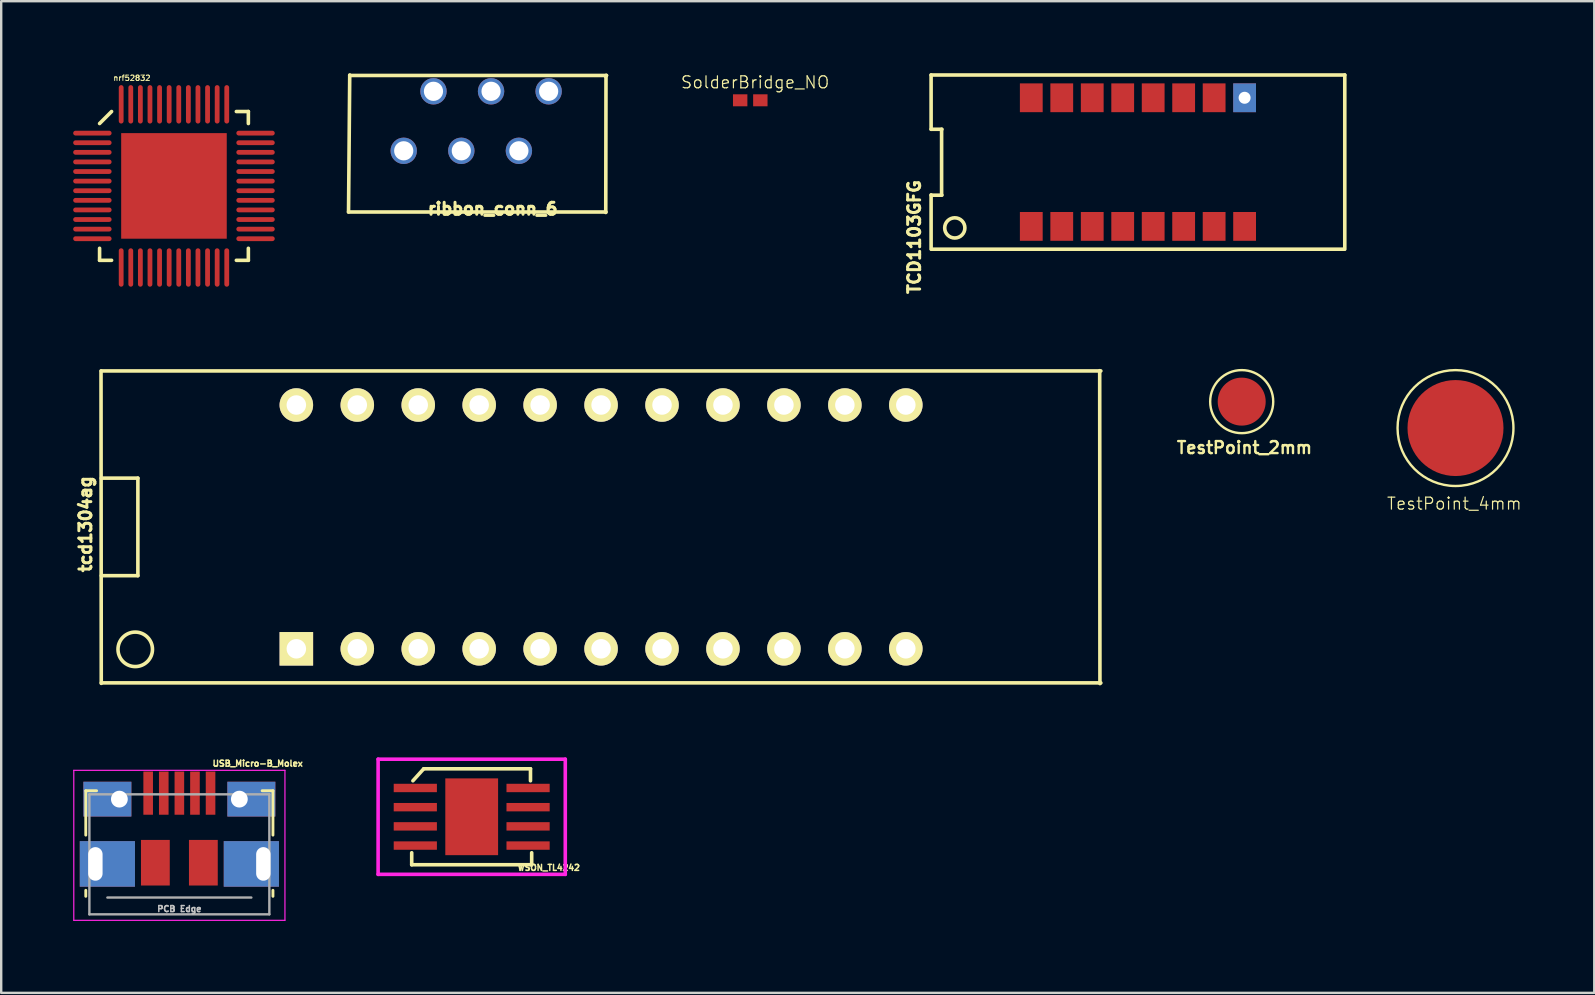
<source format=kicad_pcb>
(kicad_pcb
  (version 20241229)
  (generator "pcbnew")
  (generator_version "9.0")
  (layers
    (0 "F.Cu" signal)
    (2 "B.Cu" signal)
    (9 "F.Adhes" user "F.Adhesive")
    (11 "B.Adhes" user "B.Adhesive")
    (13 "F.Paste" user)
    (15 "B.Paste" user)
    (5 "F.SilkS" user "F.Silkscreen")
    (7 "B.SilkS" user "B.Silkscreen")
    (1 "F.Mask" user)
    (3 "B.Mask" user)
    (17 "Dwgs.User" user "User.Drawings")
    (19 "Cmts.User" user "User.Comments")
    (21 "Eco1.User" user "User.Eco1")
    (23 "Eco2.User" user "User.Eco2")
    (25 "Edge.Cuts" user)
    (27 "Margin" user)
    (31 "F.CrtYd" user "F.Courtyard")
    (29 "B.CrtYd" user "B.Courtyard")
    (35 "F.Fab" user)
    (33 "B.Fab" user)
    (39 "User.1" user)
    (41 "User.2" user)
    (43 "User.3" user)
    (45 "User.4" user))
  (footprint "tcd1304ag"
    (layer "F.Cu")
    (at 22 18.909)
    (property "Reference" "tcd1304ag" (at -21.488 -0.114 90) (layer "F.SilkS") (effects (font (size 0.5 0.5) (thickness 0.125))))
    (attr through_hole)
    (fp_line (start -20.84 -6.5) (end -20.83 6.52) (stroke (width 0.15) (type solid)) (layer "F.SilkS"))
    (fp_line (start -20.828 -6.5) (end 20.828 -6.5) (stroke (width 0.15) (type solid)) (layer "F.SilkS"))
    (fp_line (start -20.828 -2.032) (end -19.304 -2.032) (stroke (width 0.15) (type solid)) (layer "F.SilkS"))
    (fp_line (start -20.828 6.5) (end 20.828 6.5) (stroke (width 0.15) (type solid)) (layer "F.SilkS"))
    (fp_line (start -19.304 -2.032) (end -19.304 2.032) (stroke (width 0.15) (type solid)) (layer "F.SilkS"))
    (fp_line (start -19.304 2.032) (end -20.828 2.032) (stroke (width 0.15) (type solid)) (layer "F.SilkS"))
    (fp_line (start 20.78 -6.51) (end 20.79 6.53) (stroke (width 0.15) (type solid)) (layer "F.SilkS"))
    (fp_circle (center -19.414 5.102) (end -18.906 5.61) (stroke (width 0.15) (type solid)) (fill no) (layer "F.SilkS"))
    (pad "1" thru_hole rect (at -12.7 5.08) (size 1.397 1.397) (drill 0.813) (layers "*.Cu" "*.Mask" "F.SilkS"))
    (pad "2" thru_hole circle (at -10.16 5.08) (size 1.397 1.397) (drill 0.813) (layers "*.Cu" "*.Mask" "F.SilkS"))
    (pad "3" thru_hole circle (at -7.62 5.08) (size 1.397 1.397) (drill 0.813) (layers "*.Cu" "*.Mask" "F.SilkS"))
    (pad "4" thru_hole circle (at -5.08 5.08) (size 1.397 1.397) (drill 0.813) (layers "*.Cu" "*.Mask" "F.SilkS"))
    (pad "5" thru_hole circle (at -2.54 5.08) (size 1.397 1.397) (drill 0.813) (layers "*.Cu" "*.Mask" "F.SilkS"))
    (pad "6" thru_hole circle (at 0 5.08) (size 1.397 1.397) (drill 0.813) (layers "*.Cu" "*.Mask" "F.SilkS"))
    (pad "7" thru_hole circle (at 2.54 5.08) (size 1.397 1.397) (drill 0.813) (layers "*.Cu" "*.Mask" "F.SilkS"))
    (pad "8" thru_hole circle (at 5.08 5.08) (size 1.397 1.397) (drill 0.813) (layers "*.Cu" "*.Mask" "F.SilkS"))
    (pad "9" thru_hole circle (at 7.62 5.08) (size 1.397 1.397) (drill 0.813) (layers "*.Cu" "*.Mask" "F.SilkS"))
    (pad "10" thru_hole circle (at 10.16 5.08) (size 1.397 1.397) (drill 0.813) (layers "*.Cu" "*.Mask" "F.SilkS"))
    (pad "11" thru_hole circle (at 12.7 5.08) (size 1.397 1.397) (drill 0.813) (layers "*.Cu" "*.Mask" "F.SilkS"))
    (pad "12" thru_hole circle (at 12.7 -5.08) (size 1.397 1.397) (drill 0.813) (layers "*.Cu" "*.Mask" "F.SilkS"))
    (pad "13" thru_hole circle (at 10.16 -5.08) (size 1.397 1.397) (drill 0.813) (layers "*.Cu" "*.Mask" "F.SilkS"))
    (pad "14" thru_hole circle (at 7.62 -5.08) (size 1.397 1.397) (drill 0.813) (layers "*.Cu" "*.Mask" "F.SilkS"))
    (pad "15" thru_hole circle (at 5.08 -5.08) (size 1.397 1.397) (drill 0.813) (layers "*.Cu" "*.Mask" "F.SilkS"))
    (pad "16" thru_hole circle (at 2.54 -5.08) (size 1.397 1.397) (drill 0.813) (layers "*.Cu" "*.Mask" "F.SilkS"))
    (pad "17" thru_hole circle (at 0 -5.08) (size 1.397 1.397) (drill 0.813) (layers "*.Cu" "*.Mask" "F.SilkS"))
    (pad "18" thru_hole circle (at -2.54 -5.08) (size 1.397 1.397) (drill 0.813) (layers "*.Cu" "*.Mask" "F.SilkS"))
    (pad "19" thru_hole circle (at -5.08 -5.08) (size 1.397 1.397) (drill 0.813) (layers "*.Cu" "*.Mask" "F.SilkS"))
    (pad "20" thru_hole circle (at -7.62 -5.08) (size 1.397 1.397) (drill 0.813) (layers "*.Cu" "*.Mask" "F.SilkS"))
    (pad "21" thru_hole circle (at -10.16 -5.08) (size 1.397 1.397) (drill 0.813) (layers "*.Cu" "*.Mask" "F.SilkS"))
    (pad "22" thru_hole circle (at -12.7 -5.08) (size 1.397 1.397) (drill 0.813) (layers "*.Cu" "*.Mask" "F.SilkS")))
  (footprint "ribbon_conn_6"
    (layer "F.Cu")
    (at 17.415 1.995)
    (property "Reference" "ribbon_conn_6" (at 0.07 3.66 0) (layer "F.SilkS") (effects (font (size 0.5 0.5) (thickness 0.125))))
    (attr through_hole)
    (fp_line (start -5.94 3.79) (end -5.89 -1.92) (stroke (width 0.15) (type solid)) (layer "F.SilkS"))
    (fp_line (start -5.89 -1.9) (end 4.81 -1.9) (stroke (width 0.15) (type solid)) (layer "F.SilkS"))
    (fp_line (start 4.79 -1.9) (end 4.78 3.81) (stroke (width 0.15) (type solid)) (layer "F.SilkS"))
    (fp_line (start 4.79 3.79) (end -5.94 3.79) (stroke (width 0.15) (type solid)) (layer "F.SilkS"))
    (fp_line (start 4.81 -1.9) (end 4.77 -1.86) (stroke (width 0.15) (type solid)) (layer "F.SilkS"))
    (pad "1" thru_hole circle (at -2.4 -1.24) (size 1.1 1.1) (drill 0.8) (layers "*.Cu" "*.Mask"))
    (pad "2" thru_hole circle (at 0 -1.24) (size 1.1 1.1) (drill 0.8) (layers "*.Cu" "*.Mask"))
    (pad "3" thru_hole circle (at 2.4 -1.24) (size 1.1 1.1) (drill 0.8) (layers "*.Cu" "*.Mask"))
    (pad "4" thru_hole circle (at -3.64 1.24) (size 1.1 1.1) (drill 0.8) (layers "*.Cu" "*.Mask"))
    (pad "5" thru_hole circle (at -1.24 1.24) (size 1.1 1.1) (drill 0.8) (layers "*.Cu" "*.Mask"))
    (pad "6" thru_hole circle (at 1.16 1.24) (size 1.1 1.1) (drill 0.8) (layers "*.Cu" "*.Mask")))
  (footprint "TestPoint_4mm"
    (layer "F.Cu")
    (at 57.608 14.789)
    (property "Reference" "TestPoint_4mm" (at -0.051 3.15 0) (layer "F.SilkS") (effects (font (size 0.5 0.5) (thickness 0.05))))
    (attr through_hole)
    (fp_circle (center 0 0) (end 0.559 -2.349) (stroke (width 0.1) (type solid)) (fill no) (layer "F.SilkS"))
    (pad "1" smd circle (at 0 0) (size 4 4) (layers "F.Cu" "F.Mask" "F.Paste")))
  (footprint "TestPoint_2mm"
    (layer "F.Cu")
    (at 48.698 13.688)
    (property "Reference" "TestPoint_2mm" (at 0.114 1.918 0) (layer "F.SilkS") (effects (font (size 0.5 0.5) (thickness 0.1))))
    (attr through_hole)
    (fp_circle (center 0 0) (end -0.457 -1.232) (stroke (width 0.1) (type solid)) (fill no) (layer "F.SilkS"))
    (pad "1" smd circle (at 0 0) (size 2 2) (layers "F.Cu" "F.Mask" "F.Paste")))
  (footprint "TCD1103GFG"
    (layer "F.Cu")
    (at 44.374 3.705)
    (property "Reference" "TCD1103GFG" (at -9.322 3.124 90) (layer "F.SilkS") (effects (font (size 0.5 0.5) (thickness 0.125))))
    (attr through_hole)
    (fp_line (start -8.62 -1.367) (end -8.17 -1.367) (stroke (width 0.15) (type solid)) (layer "F.SilkS"))
    (fp_line (start -8.62 -3.63) (end -8.62 -1.367) (stroke (width 0.15) (type solid)) (layer "F.SilkS"))
    (fp_line (start -8.62 1.367) (end -8.62 3.63) (stroke (width 0.15) (type solid)) (layer "F.SilkS"))
    (fp_line (start -8.6 3.63) (end 8.6 3.63) (stroke (width 0.15) (type solid)) (layer "F.SilkS"))
    (fp_line (start -8.183 -1.367) (end -8.183 1.367) (stroke (width 0.15) (type solid)) (layer "F.SilkS"))
    (fp_line (start -8.17 1.379) (end -8.62 1.379) (stroke (width 0.15) (type solid)) (layer "F.SilkS"))
    (fp_line (start 8.62 -3.63) (end -8.62 -3.63) (stroke (width 0.15) (type solid)) (layer "F.SilkS"))
    (fp_line (start 8.62 3.63) (end 8.62 -3.63) (stroke (width 0.15) (type solid)) (layer "F.SilkS"))
    (fp_circle (center -7.633 2.743) (end -7.671 2.324) (stroke (width 0.15) (type solid)) (fill no) (layer "F.SilkS"))
    (pad "1" smd rect (at -4.445 2.68) (size 0.95 1.2) (layers "F.Cu" "F.Mask" "F.Paste"))
    (pad "2" smd rect (at -3.175 2.68) (size 0.95 1.2) (layers "F.Cu" "F.Mask" "F.Paste"))
    (pad "3" smd rect (at -1.905 2.68) (size 0.95 1.2) (layers "F.Cu" "F.Mask" "F.Paste"))
    (pad "4" smd rect (at -0.635 2.68) (size 0.95 1.2) (layers "F.Cu" "F.Mask" "F.Paste"))
    (pad "5" smd rect (at 0.635 2.68) (size 0.95 1.2) (layers "F.Cu" "F.Mask" "F.Paste"))
    (pad "6" smd rect (at 1.905 2.68) (size 0.95 1.2) (layers "F.Cu" "F.Mask" "F.Paste"))
    (pad "7" smd rect (at 3.175 2.68) (size 0.95 1.2) (layers "F.Cu" "F.Mask" "F.Paste"))
    (pad "8" smd rect (at 4.445 2.68) (size 0.95 1.2) (layers "F.Cu" "F.Mask" "F.Paste"))
    (pad "9" thru_hole rect (at 4.445 -2.68) (size 0.95 1.2) (drill 0.5) (layers "*.Cu" "*.Mask"))
    (pad "10" smd rect (at 3.175 -2.68) (size 0.95 1.2) (layers "F.Cu" "F.Mask" "F.Paste"))
    (pad "11" smd rect (at 1.905 -2.68) (size 0.95 1.2) (layers "F.Cu" "F.Mask" "F.Paste"))
    (pad "12" smd rect (at 0.635 -2.68) (size 0.95 1.2) (layers "F.Cu" "F.Mask" "F.Paste"))
    (pad "13" smd rect (at -0.635 -2.68) (size 0.95 1.2) (layers "F.Cu" "F.Mask" "F.Paste"))
    (pad "14" smd rect (at -1.905 -2.68) (size 0.95 1.2) (layers "F.Cu" "F.Mask" "F.Paste"))
    (pad "15" smd rect (at -3.175 -2.68) (size 0.95 1.2) (layers "F.Cu" "F.Mask" "F.Paste"))
    (pad "16" smd rect (at -4.445 -2.68) (size 0.95 1.2) (layers "F.Cu" "F.Mask" "F.Paste")))
  (footprint "USB_Micro-B_Molex"
    (layer "F.Cu")
    (at 4.425 32.554)
    (property "Reference" "USB_Micro-B_Molex" (at 3.264 -3.785 0) (layer "F.SilkS") (effects (font (size 0.25 0.25) (thickness 0.062))))
    (attr smd)
    (fp_line (start -3.9 -2.65) (end -3.45 -2.65) (stroke (width 0.12) (type solid)) (layer "F.SilkS"))
    (fp_line (start -3.9 -0.8) (end -3.9 -2.65) (stroke (width 0.12) (type solid)) (layer "F.SilkS"))
    (fp_line (start -3.9 1.75) (end -3.9 1.5) (stroke (width 0.12) (type solid)) (layer "F.SilkS"))
    (fp_line (start 3.9 -2.65) (end 3.45 -2.65) (stroke (width 0.12) (type solid)) (layer "F.SilkS"))
    (fp_line (start 3.9 -0.8) (end 3.9 -2.65) (stroke (width 0.12) (type solid)) (layer "F.SilkS"))
    (fp_line (start 3.9 1.75) (end 3.9 1.5) (stroke (width 0.12) (type solid)) (layer "F.SilkS"))
    (fp_line (start -4.4 -3.5) (end 4.4 -3.5) (stroke (width 0.05) (type solid)) (layer "F.CrtYd"))
    (fp_line (start -4.4 2.75) (end -4.4 -3.5) (stroke (width 0.05) (type solid)) (layer "F.CrtYd"))
    (fp_line (start -4.4 2.75) (end 4.4 2.75) (stroke (width 0.05) (type solid)) (layer "F.CrtYd"))
    (fp_line (start 4.4 -3.5) (end 4.4 2.75) (stroke (width 0.05) (type solid)) (layer "F.CrtYd"))
    (fp_line (start -3.75 -2.5) (end 3.75 -2.5) (stroke (width 0.1) (type solid)) (layer "F.Fab"))
    (fp_line (start -3.75 2.5) (end -3.75 -2.5) (stroke (width 0.1) (type solid)) (layer "F.Fab"))
    (fp_line (start -3.75 2.502) (end 3.75 2.502) (stroke (width 0.1) (type solid)) (layer "F.Fab"))
    (fp_line (start -3 1.802) (end 3 1.802) (stroke (width 0.1) (type solid)) (layer "F.Fab"))
    (fp_line (start 3.75 2.5) (end 3.75 -2.5) (stroke (width 0.1) (type solid)) (layer "F.Fab"))
    (fp_text user "PCB Edge" (at 0 2.273 0) (layer "Dwgs.User") (effects (font (size 0.25 0.25) (thickness 0.062))))
    (pad "1" smd rect (at -1.3 -2.55) (size 0.4 1.8) (layers "F.Cu" "F.Mask" "F.Paste"))
    (pad "2" smd rect (at -0.65 -2.55) (size 0.4 1.8) (layers "F.Cu" "F.Mask" "F.Paste"))
    (pad "3" smd rect (at 0 -2.55) (size 0.4 1.8) (layers "F.Cu" "F.Mask" "F.Paste"))
    (pad "4" smd rect (at 0.65 -2.55) (size 0.4 1.8) (layers "F.Cu" "F.Mask" "F.Paste"))
    (pad "5" thru_hole rect (at -3.5 0.4 180) (size 2.3 1.9) (drill oval 0.6 1.4 (offset -0.5 0)) (layers "*.Cu" "*.Mask"))
    (pad "5" thru_hole rect (at -2.5 -2.3) (size 2 1.45) (drill 0.7 (offset -0.5 0)) (layers "*.Cu" "*.Mask"))
    (pad "5" smd rect (at -1 0.35) (size 1.2 1.9) (layers "F.Cu" "F.Mask" "F.Paste"))
    (pad "5" smd rect (at 1 0.35) (size 1.2 1.9) (layers "F.Cu" "F.Mask" "F.Paste"))
    (pad "5" smd rect (at 1.3 -2.55) (size 0.4 1.8) (layers "F.Cu" "F.Mask" "F.Paste"))
    (pad "5" thru_hole rect (at 2.5 -2.3) (size 2 1.45) (drill 0.7 (offset 0.5 0)) (layers "*.Cu" "*.Mask"))
    (pad "5" thru_hole rect (at 3.5 0.4) (size 2.3 1.9) (drill oval 0.6 1.4 (offset -0.5 0)) (layers "*.Cu" "*.Mask")))
  (footprint "WSON_TL4242"
    (layer "F.Cu")
    (at 16.608 30.989)
    (property "Reference" "WSON_TL4242" (at 3.213 2.121 0) (layer "F.SilkS") (effects (font (size 0.25 0.25) (thickness 0.062))))
    (attr through_hole)
    (fp_line (start -2.5 1.5) (end -2.5 2) (stroke (width 0.15) (type solid)) (layer "F.SilkS"))
    (fp_line (start -2.5 2) (end 2.5 2) (stroke (width 0.15) (type solid)) (layer "F.SilkS"))
    (fp_line (start -2 -2) (end -2.45 -1.5) (stroke (width 0.15) (type solid)) (layer "F.SilkS"))
    (fp_line (start -2 -2) (end 2.45 -2) (stroke (width 0.15) (type solid)) (layer "F.SilkS"))
    (fp_line (start 2.45 -2) (end 2.45 -1.5) (stroke (width 0.15) (type solid)) (layer "F.SilkS"))
    (fp_line (start 2.5 2) (end 2.5 1.5) (stroke (width 0.15) (type solid)) (layer "F.SilkS"))
    (fp_line (start -3.9 -2.4) (end -3.9 2.4) (stroke (width 0.15) (type solid)) (layer "F.CrtYd"))
    (fp_line (start -3.9 2.4) (end 3.9 2.4) (stroke (width 0.15) (type solid)) (layer "F.CrtYd"))
    (fp_line (start 3.9 -2.4) (end -3.9 -2.4) (stroke (width 0.15) (type solid)) (layer "F.CrtYd"))
    (fp_line (start 3.9 2.4) (end 3.9 -2.4) (stroke (width 0.15) (type solid)) (layer "F.CrtYd"))
    (pad "1" smd rect (at -2.35 -1.2) (size 1.8 0.35) (layers "F.Cu" "F.Mask" "F.Paste"))
    (pad "2" smd rect (at -2.35 -0.4) (size 1.8 0.35) (layers "F.Cu" "F.Mask" "F.Paste"))
    (pad "3" smd rect (at -2.35 0.4) (size 1.8 0.35) (layers "F.Cu" "F.Mask" "F.Paste"))
    (pad "3" smd rect (at 0 0) (size 2.2 3.2) (layers "F.Cu" "F.Mask" "F.Paste"))
    (pad "4" smd rect (at -2.35 1.2) (size 1.8 0.35) (layers "F.Cu" "F.Mask" "F.Paste"))
    (pad "5" smd rect (at 2.35 1.2) (size 1.8 0.35) (layers "F.Cu" "F.Mask" "F.Paste"))
    (pad "6" smd rect (at 2.35 0.4) (size 1.8 0.35) (layers "F.Cu" "F.Mask" "F.Paste"))
    (pad "7" smd rect (at 2.35 -0.4) (size 1.8 0.35) (layers "F.Cu" "F.Mask" "F.Paste"))
    (pad "8" smd rect (at 2.35 -1.2) (size 1.8 0.35) (layers "F.Cu" "F.Mask" "F.Paste")))
  (footprint "SolderBridge_NO"
    (layer "F.Cu")
    (at 28.217 1.13)
    (property "Reference" "SolderBridge_NO" (at 0.203 -0.749 0) (layer "F.SilkS") (effects (font (size 0.5 0.5) (thickness 0.05))))
    (attr smd)
    (pad "1" smd rect (at -0.42 0) (size 0.6 0.5) (layers "F.Cu" "F.Mask" "F.Paste"))
    (pad "2" smd rect (at 0.42 0) (size 0.6 0.5) (layers "F.Cu" "F.Mask" "F.Paste")))
  (footprint "nrf52832"
    (layer "F.Cu")
    (at 4.2 4.698)
    (property "Reference" "nrf52832" (at -1.753 -4.496 0) (layer "F.SilkS") (effects (font (size 0.225 0.225) (thickness 0.04))))
    (attr through_hole)
    (fp_line (start -3.1 -2.6) (end -2.6 -3.1) (stroke (width 0.15) (type solid)) (layer "F.SilkS"))
    (fp_line (start -3.1 3.1) (end -3.1 2.6) (stroke (width 0.15) (type solid)) (layer "F.SilkS"))
    (fp_line (start -2.6 3.1) (end -3.1 3.1) (stroke (width 0.15) (type solid)) (layer "F.SilkS"))
    (fp_line (start 2.6 -3.1) (end 3.1 -3.1) (stroke (width 0.15) (type solid)) (layer "F.SilkS"))
    (fp_line (start 2.6 3.1) (end 3.1 3.1) (stroke (width 0.15) (type solid)) (layer "F.SilkS"))
    (fp_line (start 3.1 -3.1) (end 3.1 -2.6) (stroke (width 0.15) (type solid)) (layer "F.SilkS"))
    (fp_line (start 3.1 3.1) (end 3.1 2.6) (stroke (width 0.15) (type solid)) (layer "F.SilkS"))
    (pad "1" smd oval (at -3.4 -2.2 90) (size 0.2 1.6) (layers "F.Cu" "F.Mask" "F.Paste"))
    (pad "2" smd oval (at -3.4 -1.8 90) (size 0.2 1.6) (layers "F.Cu" "F.Mask" "F.Paste"))
    (pad "3" smd oval (at -3.4 -1.4 90) (size 0.2 1.6) (layers "F.Cu" "F.Mask" "F.Paste"))
    (pad "4" smd oval (at -3.4 -1 90) (size 0.2 1.6) (layers "F.Cu" "F.Mask" "F.Paste"))
    (pad "5" smd oval (at -3.4 -0.6 90) (size 0.2 1.6) (layers "F.Cu" "F.Mask" "F.Paste"))
    (pad "6" smd oval (at -3.4 -0.2 90) (size 0.2 1.6) (layers "F.Cu" "F.Mask" "F.Paste"))
    (pad "7" smd oval (at -3.4 0.2 90) (size 0.2 1.6) (layers "F.Cu" "F.Mask" "F.Paste"))
    (pad "8" smd oval (at -3.4 0.6 90) (size 0.2 1.6) (layers "F.Cu" "F.Mask" "F.Paste"))
    (pad "9" smd oval (at -3.4 1 90) (size 0.2 1.6) (layers "F.Cu" "F.Mask" "F.Paste"))
    (pad "10" smd oval (at -3.4 1.4 90) (size 0.2 1.6) (layers "F.Cu" "F.Mask" "F.Paste"))
    (pad "11" smd oval (at -3.4 1.8 90) (size 0.2 1.6) (layers "F.Cu" "F.Mask" "F.Paste"))
    (pad "12" smd oval (at -3.4 2.2 90) (size 0.2 1.6) (layers "F.Cu" "F.Mask" "F.Paste"))
    (pad "13" smd oval (at -2.2 3.4) (size 0.2 1.6) (layers "F.Cu" "F.Mask" "F.Paste"))
    (pad "14" smd oval (at -1.8 3.4) (size 0.2 1.6) (layers "F.Cu" "F.Mask" "F.Paste"))
    (pad "15" smd oval (at -1.4 3.4) (size 0.2 1.6) (layers "F.Cu" "F.Mask" "F.Paste"))
    (pad "16" smd oval (at -1 3.4) (size 0.2 1.6) (layers "F.Cu" "F.Mask" "F.Paste"))
    (pad "17" smd oval (at -0.6 3.4) (size 0.2 1.6) (layers "F.Cu" "F.Mask" "F.Paste"))
    (pad "18" smd oval (at -0.2 3.4) (size 0.2 1.6) (layers "F.Cu" "F.Mask" "F.Paste"))
    (pad "19" smd oval (at 0.2 3.4) (size 0.2 1.6) (layers "F.Cu" "F.Mask" "F.Paste"))
    (pad "20" smd oval (at 0.6 3.4) (size 0.2 1.6) (layers "F.Cu" "F.Mask" "F.Paste"))
    (pad "21" smd oval (at 1 3.4) (size 0.2 1.6) (layers "F.Cu" "F.Mask" "F.Paste"))
    (pad "22" smd oval (at 1.4 3.4) (size 0.2 1.6) (layers "F.Cu" "F.Mask" "F.Paste"))
    (pad "23" smd oval (at 1.8 3.4) (size 0.2 1.6) (layers "F.Cu" "F.Mask" "F.Paste"))
    (pad "24" smd oval (at 2.2 3.4) (size 0.2 1.6) (layers "F.Cu" "F.Mask" "F.Paste"))
    (pad "25" smd oval (at 3.4 2.2 90) (size 0.2 1.6) (layers "F.Cu" "F.Mask" "F.Paste"))
    (pad "26" smd oval (at 3.4 1.8 90) (size 0.2 1.6) (layers "F.Cu" "F.Mask" "F.Paste"))
    (pad "27" smd oval (at 3.4 1.4 90) (size 0.2 1.6) (layers "F.Cu" "F.Mask" "F.Paste"))
    (pad "28" smd oval (at 3.4 1 90) (size 0.2 1.6) (layers "F.Cu" "F.Mask" "F.Paste"))
    (pad "29" smd oval (at 3.4 0.6 90) (size 0.2 1.6) (layers "F.Cu" "F.Mask" "F.Paste"))
    (pad "30" smd oval (at 3.4 0.2 90) (size 0.2 1.6) (layers "F.Cu" "F.Mask" "F.Paste"))
    (pad "31" smd rect (at 0 0) (size 4.4 4.4) (layers "F.Cu" "F.Mask" "F.Paste"))
    (pad "31" smd oval (at 3.4 -0.2 90) (size 0.2 1.6) (layers "F.Cu" "F.Mask" "F.Paste"))
    (pad "32" smd oval (at 3.4 -0.6 90) (size 0.2 1.6) (layers "F.Cu" "F.Mask" "F.Paste"))
    (pad "33" smd oval (at 3.4 -1 90) (size 0.2 1.6) (layers "F.Cu" "F.Mask" "F.Paste"))
    (pad "34" smd oval (at 3.4 -1.4 90) (size 0.2 1.6) (layers "F.Cu" "F.Mask" "F.Paste"))
    (pad "35" smd oval (at 3.4 -1.8 90) (size 0.2 1.6) (layers "F.Cu" "F.Mask" "F.Paste"))
    (pad "36" smd oval (at 3.4 -2.2 90) (size 0.2 1.6) (layers "F.Cu" "F.Mask" "F.Paste"))
    (pad "37" smd oval (at 2.2 -3.4) (size 0.2 1.6) (layers "F.Cu" "F.Mask" "F.Paste"))
    (pad "38" smd oval (at 1.8 -3.4) (size 0.2 1.6) (layers "F.Cu" "F.Mask" "F.Paste"))
    (pad "39" smd oval (at 1.4 -3.4) (size 0.2 1.6) (layers "F.Cu" "F.Mask" "F.Paste"))
    (pad "40" smd oval (at 1 -3.4) (size 0.2 1.6) (layers "F.Cu" "F.Mask" "F.Paste"))
    (pad "41" smd oval (at 0.6 -3.4) (size 0.2 1.6) (layers "F.Cu" "F.Mask" "F.Paste"))
    (pad "42" smd oval (at 0.2 -3.4) (size 0.2 1.6) (layers "F.Cu" "F.Mask" "F.Paste"))
    (pad "43" smd oval (at -0.2 -3.4) (size 0.2 1.6) (layers "F.Cu" "F.Mask" "F.Paste"))
    (pad "44" smd oval (at -0.6 -3.4) (size 0.2 1.6) (layers "F.Cu" "F.Mask" "F.Paste"))
    (pad "45" smd oval (at -1 -3.4) (size 0.2 1.6) (layers "F.Cu" "F.Mask" "F.Paste"))
    (pad "46" smd oval (at -1.4 -3.4) (size 0.2 1.6) (layers "F.Cu" "F.Mask" "F.Paste"))
    (pad "47" smd oval (at -1.8 -3.4) (size 0.2 1.6) (layers "F.Cu" "F.Mask" "F.Paste"))
    (pad "48" smd oval (at -2.2 -3.4) (size 0.2 1.6) (layers "F.Cu" "F.Mask" "F.Paste")))
  (gr_rect
    (start -3 -3)
    (end 63.391 38.329)
    (stroke (width 0.1) (type default))
    (fill no)
    (layer "Edge.Cuts")))
</source>
